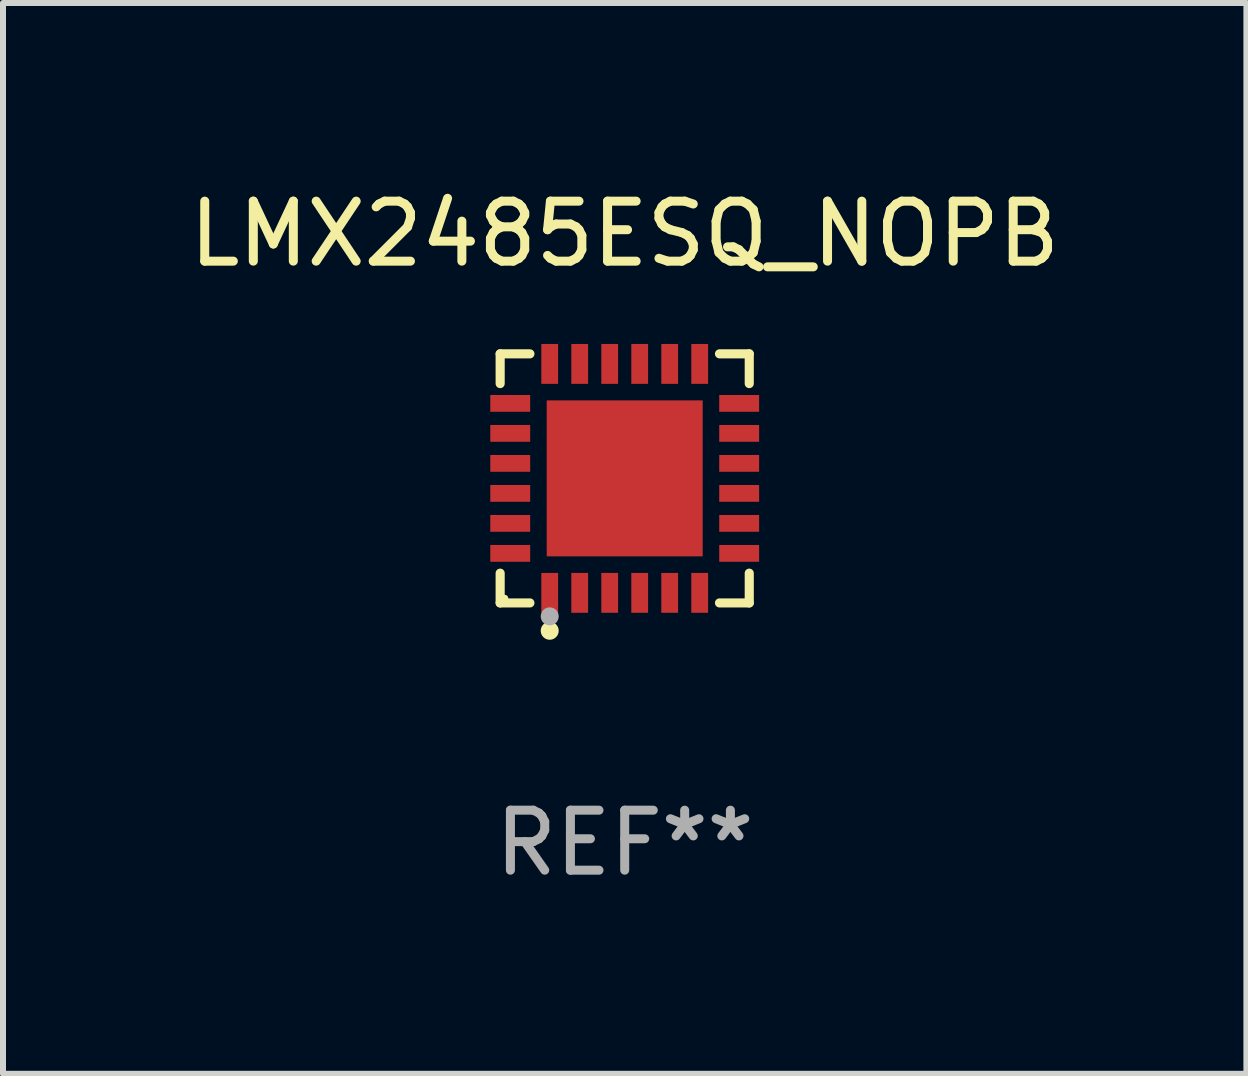
<source format=kicad_pcb>
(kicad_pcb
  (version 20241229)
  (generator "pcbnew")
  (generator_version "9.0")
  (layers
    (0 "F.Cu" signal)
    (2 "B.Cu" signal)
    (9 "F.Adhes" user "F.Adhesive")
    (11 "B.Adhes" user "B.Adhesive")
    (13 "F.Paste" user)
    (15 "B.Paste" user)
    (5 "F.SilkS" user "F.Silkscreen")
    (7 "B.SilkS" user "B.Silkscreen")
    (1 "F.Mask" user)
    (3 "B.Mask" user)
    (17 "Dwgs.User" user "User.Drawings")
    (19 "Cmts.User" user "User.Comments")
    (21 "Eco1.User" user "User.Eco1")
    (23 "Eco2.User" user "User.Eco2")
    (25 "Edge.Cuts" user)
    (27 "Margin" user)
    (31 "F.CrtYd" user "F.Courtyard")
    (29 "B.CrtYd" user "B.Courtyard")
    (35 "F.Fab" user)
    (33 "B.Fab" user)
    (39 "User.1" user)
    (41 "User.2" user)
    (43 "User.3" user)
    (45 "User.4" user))
  (footprint "LMX2485ESQ_NOPB"
    (layer "F.Cu")
    (at 7.363 4.924)
    (property "Reference" "LMX2485ESQ_NOPB" (at 0 -4.076 0) (layer "F.SilkS") (effects (font (size 1 1) (thickness 0.15))))
    (attr through_hole)
    (fp_line (start -2.076 -2.076) (end -1.58 -2.076) (stroke (width 0.152) (type solid)) (layer "F.SilkS"))
    (fp_line (start -2.076 -1.58) (end -2.076 -2.076) (stroke (width 0.152) (type solid)) (layer "F.SilkS"))
    (fp_line (start -2.076 1.58) (end -2.076 2.076) (stroke (width 0.152) (type solid)) (layer "F.SilkS"))
    (fp_line (start -2.076 2.076) (end -1.58 2.076) (stroke (width 0.152) (type solid)) (layer "F.SilkS"))
    (fp_line (start 2.076 -2.076) (end 1.58 -2.076) (stroke (width 0.152) (type solid)) (layer "F.SilkS"))
    (fp_line (start 2.076 -1.58) (end 2.076 -2.076) (stroke (width 0.152) (type solid)) (layer "F.SilkS"))
    (fp_line (start 2.076 1.58) (end 2.076 2.076) (stroke (width 0.152) (type solid)) (layer "F.SilkS"))
    (fp_line (start 2.076 2.076) (end 1.58 2.076) (stroke (width 0.152) (type solid)) (layer "F.SilkS"))
    (fp_circle (center -2 2) (end -1.97 2) (stroke (width 0.06) (type solid)) (fill no) (layer "F.SilkS"))
    (fp_circle (center -1.25 2.54) (end -1.175 2.54) (stroke (width 0.15) (type solid)) (fill no) (layer "F.SilkS"))
    (fp_circle (center -1.25 2.3) (end -1.175 2.3) (stroke (width 0.15) (type solid)) (fill no) (layer "F.Fab"))
    (fp_text user "REF**" (at 0 6.076 0) (layer "F.Fab") (effects (font (size 1 1) (thickness 0.15))))
    (pad "1" smd rect (at -1.25 1.908) (size 0.28 0.665) (layers "F.Cu" "F.Mask" "F.Paste"))
    (pad "2" smd rect (at -0.75 1.908) (size 0.28 0.665) (layers "F.Cu" "F.Mask" "F.Paste"))
    (pad "3" smd rect (at -0.25 1.908) (size 0.28 0.665) (layers "F.Cu" "F.Mask" "F.Paste"))
    (pad "4" smd rect (at 0.25 1.908) (size 0.28 0.665) (layers "F.Cu" "F.Mask" "F.Paste"))
    (pad "5" smd rect (at 0.75 1.908) (size 0.28 0.665) (layers "F.Cu" "F.Mask" "F.Paste"))
    (pad "6" smd rect (at 1.25 1.908) (size 0.28 0.665) (layers "F.Cu" "F.Mask" "F.Paste"))
    (pad "7" smd rect (at 1.908 1.25) (size 0.665 0.28) (layers "F.Cu" "F.Mask" "F.Paste"))
    (pad "8" smd rect (at 1.908 0.75) (size 0.665 0.28) (layers "F.Cu" "F.Mask" "F.Paste"))
    (pad "9" smd rect (at 1.908 0.25) (size 0.665 0.28) (layers "F.Cu" "F.Mask" "F.Paste"))
    (pad "10" smd rect (at 1.908 -0.25) (size 0.665 0.28) (layers "F.Cu" "F.Mask" "F.Paste"))
    (pad "11" smd rect (at 1.908 -0.75) (size 0.665 0.28) (layers "F.Cu" "F.Mask" "F.Paste"))
    (pad "12" smd rect (at 1.908 -1.25) (size 0.665 0.28) (layers "F.Cu" "F.Mask" "F.Paste"))
    (pad "13" smd rect (at 1.25 -1.908) (size 0.28 0.665) (layers "F.Cu" "F.Mask" "F.Paste"))
    (pad "14" smd rect (at 0.75 -1.908) (size 0.28 0.665) (layers "F.Cu" "F.Mask" "F.Paste"))
    (pad "15" smd rect (at 0.25 -1.908) (size 0.28 0.665) (layers "F.Cu" "F.Mask" "F.Paste"))
    (pad "16" smd rect (at -0.25 -1.908) (size 0.28 0.665) (layers "F.Cu" "F.Mask" "F.Paste"))
    (pad "17" smd rect (at -0.75 -1.908) (size 0.28 0.665) (layers "F.Cu" "F.Mask" "F.Paste"))
    (pad "18" smd rect (at -1.25 -1.908) (size 0.28 0.665) (layers "F.Cu" "F.Mask" "F.Paste"))
    (pad "19" smd rect (at -1.908 -1.25) (size 0.665 0.28) (layers "F.Cu" "F.Mask" "F.Paste"))
    (pad "20" smd rect (at -1.908 -0.75) (size 0.665 0.28) (layers "F.Cu" "F.Mask" "F.Paste"))
    (pad "21" smd rect (at -1.908 -0.25) (size 0.665 0.28) (layers "F.Cu" "F.Mask" "F.Paste"))
    (pad "22" smd rect (at -1.908 0.25) (size 0.665 0.28) (layers "F.Cu" "F.Mask" "F.Paste"))
    (pad "23" smd rect (at -1.908 0.75) (size 0.665 0.28) (layers "F.Cu" "F.Mask" "F.Paste"))
    (pad "24" smd rect (at -1.908 1.25) (size 0.665 0.28) (layers "F.Cu" "F.Mask" "F.Paste"))
    (pad "25" smd rect (at 0 0) (size 2.6 2.6) (layers "F.Cu" "F.Mask" "F.Paste")))
  (gr_rect
    (start -3 -3)
    (end 17.726 14.849)
    (stroke (width 0.1) (type default))
    (fill no)
    (layer "Edge.Cuts")))
</source>
